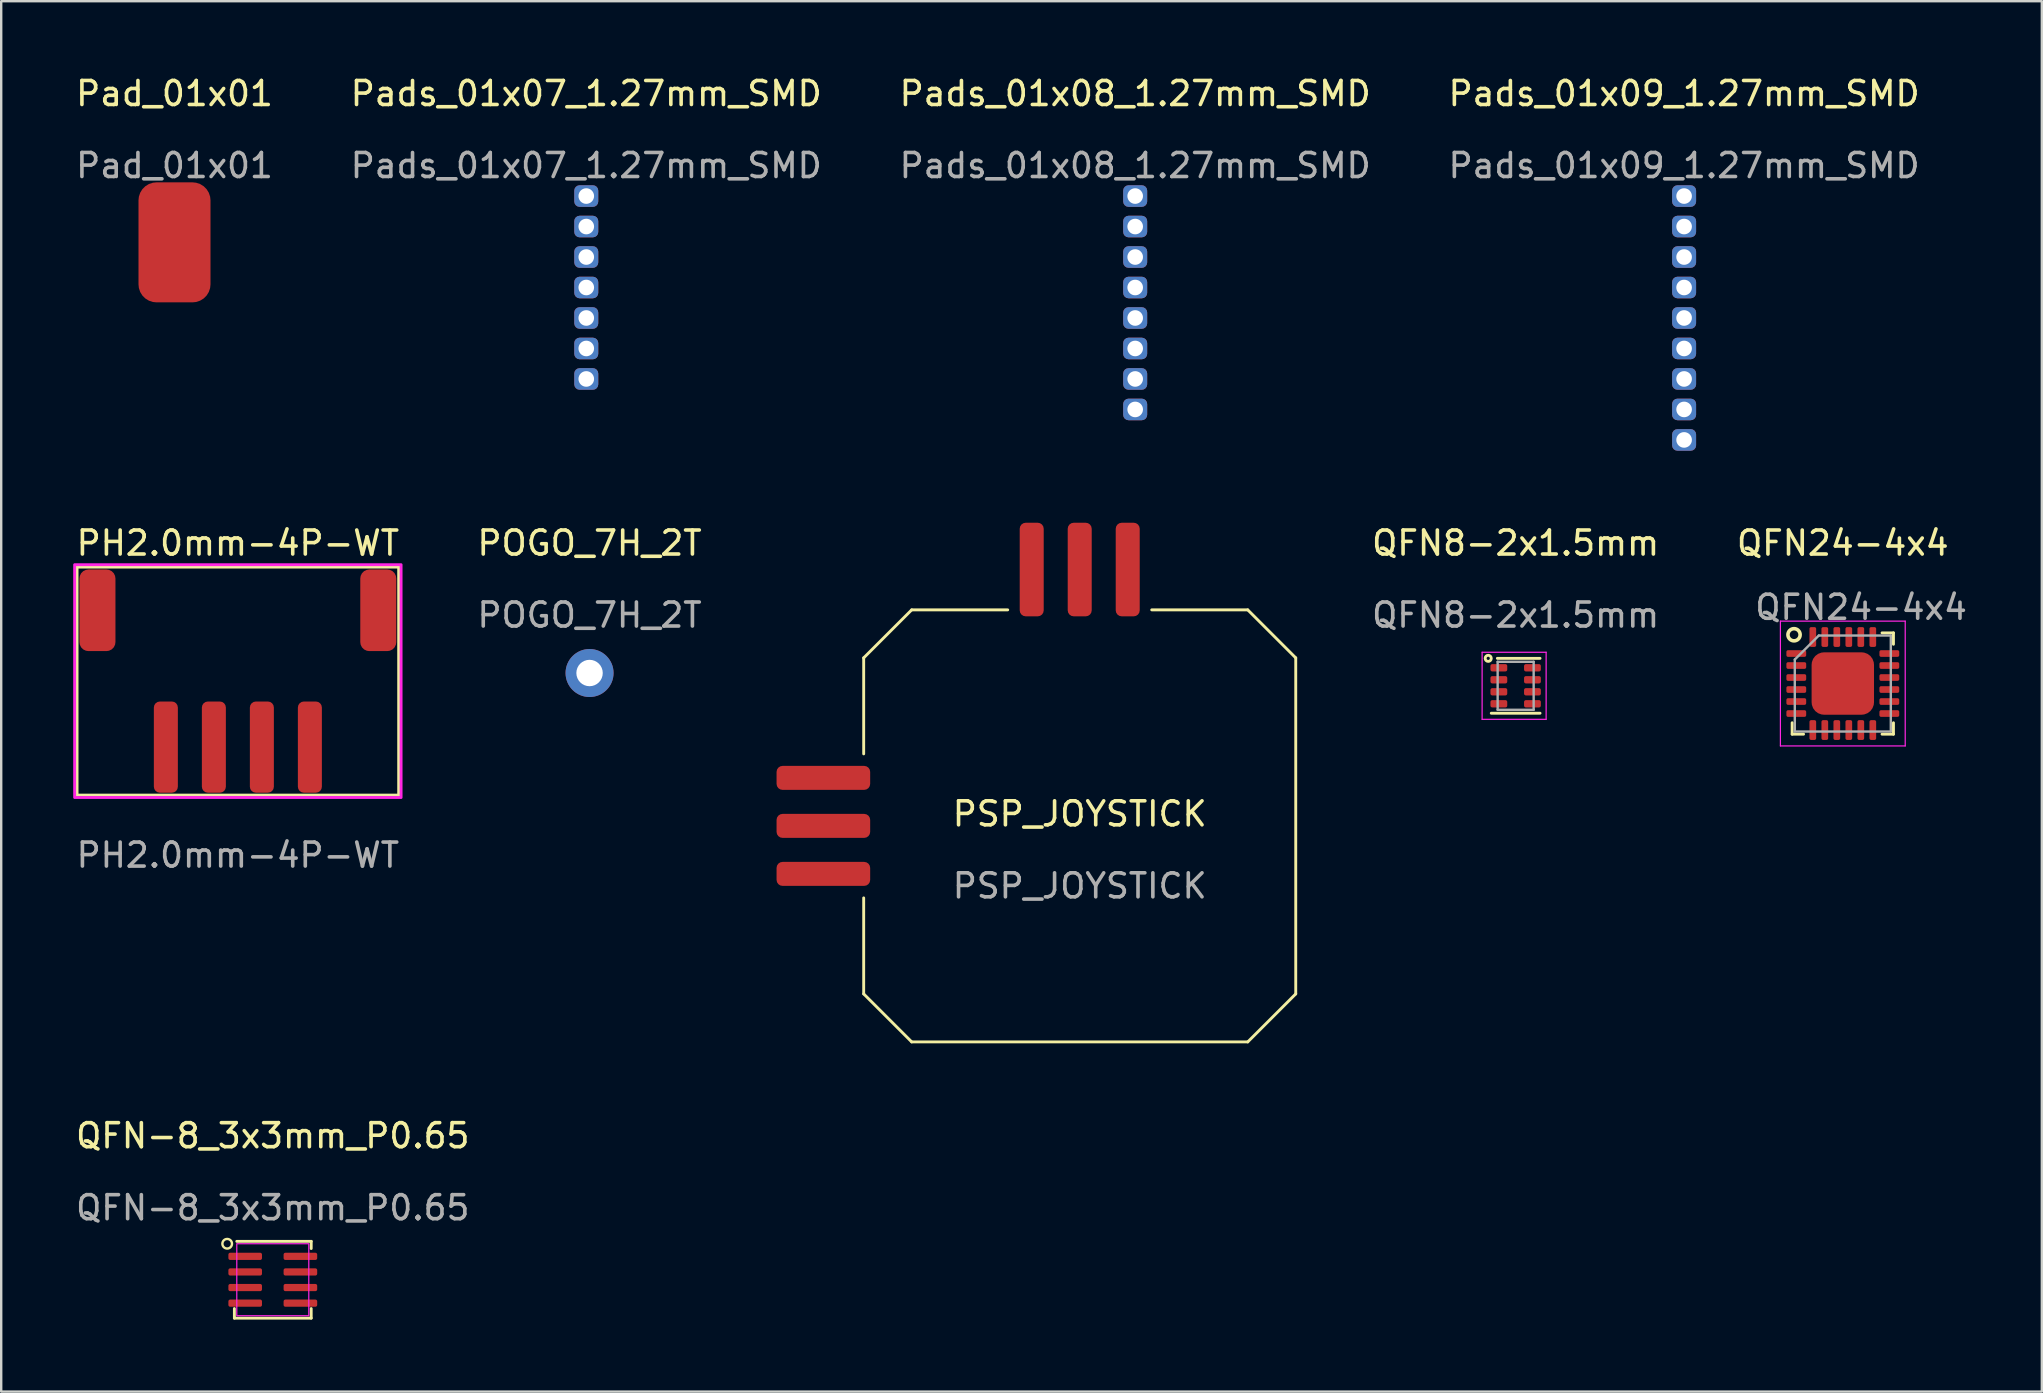
<source format=kicad_pcb>
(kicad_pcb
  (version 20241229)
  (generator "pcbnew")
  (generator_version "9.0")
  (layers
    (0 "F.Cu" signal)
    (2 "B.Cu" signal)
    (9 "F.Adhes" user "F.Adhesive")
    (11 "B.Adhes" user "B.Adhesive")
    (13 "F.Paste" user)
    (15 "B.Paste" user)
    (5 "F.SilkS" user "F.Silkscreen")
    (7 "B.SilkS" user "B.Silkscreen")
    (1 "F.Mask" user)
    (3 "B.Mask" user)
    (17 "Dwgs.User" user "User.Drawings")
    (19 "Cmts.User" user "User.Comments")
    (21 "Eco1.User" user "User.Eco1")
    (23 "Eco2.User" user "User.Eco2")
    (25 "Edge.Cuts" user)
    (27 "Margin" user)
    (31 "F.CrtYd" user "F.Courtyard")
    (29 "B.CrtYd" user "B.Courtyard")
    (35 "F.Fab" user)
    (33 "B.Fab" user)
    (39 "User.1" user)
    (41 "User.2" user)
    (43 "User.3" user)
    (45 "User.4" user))
  (footprint "QFN24-4x4"
    (layer "F.Cu")
    (at 73.725 25.427)
    (property "Reference" "QFN24-4x4" (at 0 -5.85 0) (unlocked yes) (layer "F.SilkS") (effects (font (size 1 1) (thickness 0.15))))
    (attr smd)
    (fp_line (start -2.11 2.11) (end -2.11 1.635) (stroke (width 0.12) (type solid)) (layer "F.SilkS"))
    (fp_line (start -1.635 2.11) (end -2.11 2.11) (stroke (width 0.12) (type solid)) (layer "F.SilkS"))
    (fp_line (start 1.635 -2.11) (end 2.11 -2.11) (stroke (width 0.12) (type solid)) (layer "F.SilkS"))
    (fp_line (start 1.635 2.11) (end 2.11 2.11) (stroke (width 0.12) (type solid)) (layer "F.SilkS"))
    (fp_line (start 2.11 -2.11) (end 2.11 -1.635) (stroke (width 0.12) (type solid)) (layer "F.SilkS"))
    (fp_line (start 2.11 2.11) (end 2.11 1.635) (stroke (width 0.12) (type solid)) (layer "F.SilkS"))
    (fp_circle (center -2.032 -2.032) (end -1.778 -2.032) (stroke (width 0.15) (type solid)) (fill no) (layer "F.SilkS"))
    (fp_line (start -2.6 -2.6) (end -2.6 2.6) (stroke (width 0.05) (type solid)) (layer "F.CrtYd"))
    (fp_line (start -2.6 2.6) (end 2.6 2.6) (stroke (width 0.05) (type solid)) (layer "F.CrtYd"))
    (fp_line (start 2.6 -2.6) (end -2.6 -2.6) (stroke (width 0.05) (type solid)) (layer "F.CrtYd"))
    (fp_line (start 2.6 2.6) (end 2.6 -2.6) (stroke (width 0.05) (type solid)) (layer "F.CrtYd"))
    (fp_line (start -2 -1) (end -1 -2) (stroke (width 0.1) (type solid)) (layer "F.Fab"))
    (fp_line (start -2 2) (end -2 -1) (stroke (width 0.1) (type solid)) (layer "F.Fab"))
    (fp_line (start -1 -2) (end 2 -2) (stroke (width 0.1) (type solid)) (layer "F.Fab"))
    (fp_line (start 2 -2) (end 2 2) (stroke (width 0.1) (type solid)) (layer "F.Fab"))
    (fp_line (start 2 2) (end -2 2) (stroke (width 0.1) (type solid)) (layer "F.Fab"))
    (fp_text user "${REFERENCE}" (at 0.762 -3.175 0) (unlocked yes) (layer "F.Fab") (effects (font (size 1 1) (thickness 0.15))))
    (pad "" smd roundrect (at -0.65 -0.65) (size 1.05 1.05) (layers "F.Paste") (roundrect_rratio 0.238))
    (pad "" smd roundrect (at -0.65 0.65) (size 1.05 1.05) (layers "F.Paste") (roundrect_rratio 0.238))
    (pad "" smd roundrect (at 0.65 -0.65) (size 1.05 1.05) (layers "F.Paste") (roundrect_rratio 0.238))
    (pad "" smd roundrect (at 0.65 0.65) (size 1.05 1.05) (layers "F.Paste") (roundrect_rratio 0.238))
    (pad "0" smd roundrect (at 0 0) (size 2.6 2.6) (layers "F.Cu" "F.Mask") (roundrect_rratio 0.2))
    (pad "1" smd roundrect (at -1.938 -1.25) (size 0.825 0.279) (layers "F.Cu" "F.Mask" "F.Paste") (roundrect_rratio 0.25))
    (pad "2" smd roundrect (at -1.938 -0.75) (size 0.825 0.279) (layers "F.Cu" "F.Mask" "F.Paste") (roundrect_rratio 0.25))
    (pad "3" smd roundrect (at -1.938 -0.25) (size 0.825 0.279) (layers "F.Cu" "F.Mask" "F.Paste") (roundrect_rratio 0.25))
    (pad "4" smd roundrect (at -1.938 0.25) (size 0.825 0.279) (layers "F.Cu" "F.Mask" "F.Paste") (roundrect_rratio 0.25))
    (pad "5" smd roundrect (at -1.938 0.75) (size 0.825 0.279) (layers "F.Cu" "F.Mask" "F.Paste") (roundrect_rratio 0.25))
    (pad "6" smd roundrect (at -1.938 1.25) (size 0.825 0.279) (layers "F.Cu" "F.Mask" "F.Paste") (roundrect_rratio 0.25))
    (pad "7" smd roundrect (at -1.25 1.938) (size 0.279 0.825) (layers "F.Cu" "F.Mask" "F.Paste") (roundrect_rratio 0.25))
    (pad "8" smd roundrect (at -0.75 1.938) (size 0.279 0.825) (layers "F.Cu" "F.Mask" "F.Paste") (roundrect_rratio 0.25))
    (pad "9" smd roundrect (at -0.25 1.938) (size 0.279 0.825) (layers "F.Cu" "F.Mask" "F.Paste") (roundrect_rratio 0.25))
    (pad "10" smd roundrect (at 0.25 1.938) (size 0.279 0.825) (layers "F.Cu" "F.Mask" "F.Paste") (roundrect_rratio 0.25))
    (pad "11" smd roundrect (at 0.75 1.938) (size 0.279 0.825) (layers "F.Cu" "F.Mask" "F.Paste") (roundrect_rratio 0.25))
    (pad "12" smd roundrect (at 1.25 1.938) (size 0.279 0.825) (layers "F.Cu" "F.Mask" "F.Paste") (roundrect_rratio 0.25))
    (pad "13" smd roundrect (at 1.938 1.25) (size 0.825 0.279) (layers "F.Cu" "F.Mask" "F.Paste") (roundrect_rratio 0.25))
    (pad "14" smd roundrect (at 1.938 0.75) (size 0.825 0.279) (layers "F.Cu" "F.Mask" "F.Paste") (roundrect_rratio 0.25))
    (pad "15" smd roundrect (at 1.938 0.25) (size 0.825 0.279) (layers "F.Cu" "F.Mask" "F.Paste") (roundrect_rratio 0.25))
    (pad "16" smd roundrect (at 1.938 -0.25) (size 0.825 0.279) (layers "F.Cu" "F.Mask" "F.Paste") (roundrect_rratio 0.25))
    (pad "17" smd roundrect (at 1.938 -0.75) (size 0.825 0.279) (layers "F.Cu" "F.Mask" "F.Paste") (roundrect_rratio 0.25))
    (pad "18" smd roundrect (at 1.938 -1.25) (size 0.825 0.279) (layers "F.Cu" "F.Mask" "F.Paste") (roundrect_rratio 0.25))
    (pad "19" smd roundrect (at 1.25 -1.938) (size 0.279 0.825) (layers "F.Cu" "F.Mask" "F.Paste") (roundrect_rratio 0.25))
    (pad "20" smd roundrect (at 0.75 -1.938) (size 0.279 0.825) (layers "F.Cu" "F.Mask" "F.Paste") (roundrect_rratio 0.25))
    (pad "21" smd roundrect (at 0.25 -1.938) (size 0.279 0.825) (layers "F.Cu" "F.Mask" "F.Paste") (roundrect_rratio 0.25))
    (pad "22" smd roundrect (at -0.25 -1.938) (size 0.279 0.825) (layers "F.Cu" "F.Mask" "F.Paste") (roundrect_rratio 0.25))
    (pad "23" smd roundrect (at -0.75 -1.938) (size 0.279 0.825) (layers "F.Cu" "F.Mask" "F.Paste") (roundrect_rratio 0.25))
    (pad "24" smd roundrect (at -1.25 -1.938) (size 0.279 0.825) (layers "F.Cu" "F.Mask" "F.Paste") (roundrect_rratio 0.25)))
  (footprint "Pads_01x07_1.27mm_SMD"
    (layer "F.Cu")
    (at 21.375 9.563)
    (property "Reference" "Pads_01x07_1.27mm_SMD" (at 0 -8.715 0) (unlocked yes) (layer "F.SilkS") (effects (font (size 1 1) (thickness 0.15))))
    (attr through_hole)
    (fp_text user "${REFERENCE}" (at 0 -5.715 0) (unlocked yes) (layer "F.Fab") (effects (font (size 1 1) (thickness 0.15))))
    (pad "1" thru_hole roundrect (at 0 -4.445) (size 1 0.9) (drill 0.65) (layers "*.Cu" "*.Mask") (roundrect_rratio 0.25))
    (pad "2" thru_hole roundrect (at 0 -3.175) (size 1 0.9) (drill 0.65) (layers "*.Cu" "*.Mask") (roundrect_rratio 0.25))
    (pad "3" thru_hole roundrect (at 0 -1.905) (size 1 0.9) (drill 0.65) (layers "*.Cu" "*.Mask") (roundrect_rratio 0.25))
    (pad "4" thru_hole roundrect (at 0 -0.635) (size 1 0.9) (drill 0.65) (layers "*.Cu" "*.Mask") (roundrect_rratio 0.25))
    (pad "5" thru_hole roundrect (at 0 0.635) (size 1 0.9) (drill 0.65) (layers "*.Cu" "*.Mask") (roundrect_rratio 0.25))
    (pad "6" thru_hole roundrect (at 0 1.905) (size 1 0.9) (drill 0.65) (layers "*.Cu" "*.Mask") (roundrect_rratio 0.25))
    (pad "7" thru_hole roundrect (at 0 3.175) (size 1 0.9) (drill 0.65) (layers "*.Cu" "*.Mask") (roundrect_rratio 0.25)))
  (footprint "POGO_7H_2T"
    (layer "F.Cu")
    (at 21.512 24.989)
    (property "Reference" "POGO_7H_2T" (at 0 -5.413 0) (unlocked yes) (layer "F.SilkS") (effects (font (size 1 1) (thickness 0.15))))
    (attr through_hole)
    (fp_text user "${REFERENCE}" (at 0 -2.413 0) (unlocked yes) (layer "F.Fab") (effects (font (size 1 1) (thickness 0.15))))
    (pad "1" thru_hole circle (at 0 0) (size 2 2) (drill 1.1) (layers "*.Cu" "*.Mask")))
  (footprint "QFN8-2x1.5mm"
    (layer "F.Cu")
    (at 60.095 25.521)
    (property "Reference" "QFN8-2x1.5mm" (at 0 -5.945 0) (unlocked yes) (layer "F.SilkS") (effects (font (size 1 1) (thickness 0.15))))
    (attr smd)
    (fp_line (start -0.762 -1.143) (end 1.016 -1.143) (stroke (width 0.12) (type solid)) (layer "F.SilkS"))
    (fp_line (start 1.016 1.143) (end -1.016 1.143) (stroke (width 0.12) (type solid)) (layer "F.SilkS"))
    (fp_circle (center -1.143 -1.143) (end -1.143 -1.016) (stroke (width 0.12) (type solid)) (fill no) (layer "F.SilkS"))
    (fp_line (start -1.397 -1.397) (end 1.27 -1.397) (stroke (width 0.05) (type solid)) (layer "F.CrtYd"))
    (fp_line (start -1.397 1.397) (end -1.397 -1.397) (stroke (width 0.05) (type solid)) (layer "F.CrtYd"))
    (fp_line (start 1.27 -1.397) (end 1.27 1.397) (stroke (width 0.05) (type solid)) (layer "F.CrtYd"))
    (fp_line (start 1.27 1.397) (end -1.397 1.397) (stroke (width 0.05) (type solid)) (layer "F.CrtYd"))
    (fp_line (start -0.75 -1) (end -0.75 1) (stroke (width 0.1) (type solid)) (layer "F.Fab"))
    (fp_line (start -0.75 1) (end 0.75 1) (stroke (width 0.1) (type solid)) (layer "F.Fab"))
    (fp_line (start 0.75 -1) (end -0.75 -1) (stroke (width 0.1) (type solid)) (layer "F.Fab"))
    (fp_line (start 0.75 1) (end 0.75 -1) (stroke (width 0.1) (type solid)) (layer "F.Fab"))
    (fp_text user "${REFERENCE}" (at 0 -2.945 0) (unlocked yes) (layer "F.Fab") (effects (font (size 1 1) (thickness 0.15))))
    (pad "1" smd roundrect (at -0.7 -0.75) (size 0.7 0.305) (layers "F.Cu" "F.Mask" "F.Paste") (roundrect_rratio 0.25))
    (pad "2" smd roundrect (at -0.7 -0.25) (size 0.7 0.305) (layers "F.Cu" "F.Mask" "F.Paste") (roundrect_rratio 0.25))
    (pad "3" smd roundrect (at -0.7 0.25) (size 0.7 0.305) (layers "F.Cu" "F.Mask" "F.Paste") (roundrect_rratio 0.25))
    (pad "4" smd roundrect (at -0.7 0.75) (size 0.7 0.305) (layers "F.Cu" "F.Mask" "F.Paste") (roundrect_rratio 0.25))
    (pad "5" smd roundrect (at 0.7 0.75) (size 0.7 0.305) (layers "F.Cu" "F.Mask" "F.Paste") (roundrect_rratio 0.25))
    (pad "6" smd roundrect (at 0.7 0.25) (size 0.7 0.305) (layers "F.Cu" "F.Mask" "F.Paste") (roundrect_rratio 0.25))
    (pad "7" smd roundrect (at 0.7 -0.25) (size 0.7 0.305) (layers "F.Cu" "F.Mask" "F.Paste") (roundrect_rratio 0.25))
    (pad "8" smd roundrect (at 0.7 -0.75) (size 0.7 0.305) (layers "F.Cu" "F.Mask" "F.Paste") (roundrect_rratio 0.25)))
  (footprint "PSP_JOYSTICK"
    (layer "F.Cu")
    (at 41.933 31.358)
    (property "Reference" "PSP_JOYSTICK" (at 0 -0.5 0) (unlocked yes) (layer "F.SilkS") (effects (font (size 1 1) (thickness 0.15))))
    (attr smd)
    (fp_line (start -9 -7) (end -7 -9) (stroke (width 0.12) (type solid)) (layer "F.SilkS"))
    (fp_line (start -9 -3) (end -9 -7) (stroke (width 0.12) (type solid)) (layer "F.SilkS"))
    (fp_line (start -9 7) (end -9 3) (stroke (width 0.12) (type solid)) (layer "F.SilkS"))
    (fp_line (start -7 -9) (end -3 -9) (stroke (width 0.12) (type solid)) (layer "F.SilkS"))
    (fp_line (start -7 9) (end -9 7) (stroke (width 0.12) (type solid)) (layer "F.SilkS"))
    (fp_line (start 3 -9) (end 7 -9) (stroke (width 0.12) (type solid)) (layer "F.SilkS"))
    (fp_line (start 7 -9) (end 9 -7) (stroke (width 0.12) (type solid)) (layer "F.SilkS"))
    (fp_line (start 7 9) (end -7 9) (stroke (width 0.12) (type solid)) (layer "F.SilkS"))
    (fp_line (start 9 -7) (end 9 7) (stroke (width 0.12) (type solid)) (layer "F.SilkS"))
    (fp_line (start 9 7) (end 7 9) (stroke (width 0.12) (type solid)) (layer "F.SilkS"))
    (fp_text user "${REFERENCE}" (at 0 2.5 0) (unlocked yes) (layer "F.Fab") (effects (font (size 1 1) (thickness 0.15))))
    (pad "1" smd roundrect (at -10.68 -2) (size 3.9 1) (layers "F.Cu" "F.Mask" "F.Paste") (roundrect_rratio 0.25))
    (pad "2" smd roundrect (at -10.68 0) (size 3.9 1) (layers "F.Cu" "F.Mask" "F.Paste") (roundrect_rratio 0.25))
    (pad "3" smd roundrect (at -10.68 2) (size 3.9 1) (layers "F.Cu" "F.Mask" "F.Paste") (roundrect_rratio 0.25))
    (pad "4" smd roundrect (at 2 -10.68 90) (size 3.9 1) (layers "F.Cu" "F.Mask" "F.Paste") (roundrect_rratio 0.25))
    (pad "5" smd roundrect (at 0 -10.68 90) (size 3.9 1) (layers "F.Cu" "F.Mask" "F.Paste") (roundrect_rratio 0.25))
    (pad "6" smd roundrect (at -2 -10.68 90) (size 3.9 1) (layers "F.Cu" "F.Mask" "F.Paste") (roundrect_rratio 0.25)))
  (footprint "Pads_01x09_1.27mm_SMD"
    (layer "F.Cu")
    (at 67.113 9.563)
    (property "Reference" "Pads_01x09_1.27mm_SMD" (at 0 -8.715 0) (unlocked yes) (layer "F.SilkS") (effects (font (size 1 1) (thickness 0.15))))
    (attr through_hole)
    (fp_text user "${REFERENCE}" (at 0 -5.715 0) (unlocked yes) (layer "F.Fab") (effects (font (size 1 1) (thickness 0.15))))
    (pad "1" thru_hole roundrect (at 0 -4.445) (size 1 0.9) (drill 0.65) (layers "*.Cu" "*.Mask") (roundrect_rratio 0.25))
    (pad "2" thru_hole roundrect (at 0 -3.175) (size 1 0.9) (drill 0.65) (layers "*.Cu" "*.Mask") (roundrect_rratio 0.25))
    (pad "3" thru_hole roundrect (at 0 -1.905) (size 1 0.9) (drill 0.65) (layers "*.Cu" "*.Mask") (roundrect_rratio 0.25))
    (pad "4" thru_hole roundrect (at 0 -0.635) (size 1 0.9) (drill 0.65) (layers "*.Cu" "*.Mask") (roundrect_rratio 0.25))
    (pad "5" thru_hole roundrect (at 0 0.635) (size 1 0.9) (drill 0.65) (layers "*.Cu" "*.Mask") (roundrect_rratio 0.25))
    (pad "6" thru_hole roundrect (at 0 1.905) (size 1 0.9) (drill 0.65) (layers "*.Cu" "*.Mask") (roundrect_rratio 0.25))
    (pad "7" thru_hole roundrect (at 0 3.175) (size 1 0.9) (drill 0.65) (layers "*.Cu" "*.Mask") (roundrect_rratio 0.25))
    (pad "8" thru_hole roundrect (at 0 4.445) (size 1 0.9) (drill 0.65) (layers "*.Cu" "*.Mask") (roundrect_rratio 0.25))
    (pad "9" thru_hole roundrect (at 0 5.715) (size 1 0.9) (drill 0.65) (layers "*.Cu" "*.Mask") (roundrect_rratio 0.25)))
  (footprint "Pads_01x08_1.27mm_SMD"
    (layer "F.Cu")
    (at 44.244 9.563)
    (property "Reference" "Pads_01x08_1.27mm_SMD" (at 0 -8.715 0) (unlocked yes) (layer "F.SilkS") (effects (font (size 1 1) (thickness 0.15))))
    (attr through_hole)
    (fp_text user "${REFERENCE}" (at 0 -5.715 0) (unlocked yes) (layer "F.Fab") (effects (font (size 1 1) (thickness 0.15))))
    (pad "1" thru_hole roundrect (at 0 -4.445) (size 1 0.9) (drill 0.65) (layers "*.Cu" "*.Mask") (roundrect_rratio 0.25))
    (pad "2" thru_hole roundrect (at 0 -3.175) (size 1 0.9) (drill 0.65) (layers "*.Cu" "*.Mask") (roundrect_rratio 0.25))
    (pad "3" thru_hole roundrect (at 0 -1.905) (size 1 0.9) (drill 0.65) (layers "*.Cu" "*.Mask") (roundrect_rratio 0.25))
    (pad "4" thru_hole roundrect (at 0 -0.635) (size 1 0.9) (drill 0.65) (layers "*.Cu" "*.Mask") (roundrect_rratio 0.25))
    (pad "5" thru_hole roundrect (at 0 0.635) (size 1 0.9) (drill 0.65) (layers "*.Cu" "*.Mask") (roundrect_rratio 0.25))
    (pad "6" thru_hole roundrect (at 0 1.905) (size 1 0.9) (drill 0.65) (layers "*.Cu" "*.Mask") (roundrect_rratio 0.25))
    (pad "7" thru_hole roundrect (at 0 3.175) (size 1 0.9) (drill 0.65) (layers "*.Cu" "*.Mask") (roundrect_rratio 0.25))
    (pad "8" thru_hole roundrect (at 0 4.445) (size 1 0.9) (drill 0.65) (layers "*.Cu" "*.Mask") (roundrect_rratio 0.25)))
  (footprint "PH2.0mm-4P-WT"
    (layer "F.Cu")
    (at 6.86 28.076)
    (property "Reference" "PH2.0mm-4P-WT" (at 0 -8.5 0) (unlocked yes) (layer "F.SilkS") (effects (font (size 1 1) (thickness 0.15))))
    (attr smd)
    (fp_line (start -6.7 -7.5) (end 6.7 -7.5) (stroke (width 0.12) (type solid)) (layer "F.SilkS"))
    (fp_line (start -6.7 2) (end -6.7 -7.5) (stroke (width 0.12) (type solid)) (layer "F.SilkS"))
    (fp_line (start 6.7 -7.5) (end 6.7 2) (stroke (width 0.12) (type solid)) (layer "F.SilkS"))
    (fp_line (start 6.7 2) (end -6.7 2) (stroke (width 0.12) (type solid)) (layer "F.SilkS"))
    (fp_rect (start -6.8 -7.6) (end 6.8 2.1) (stroke (width 0.12) (type solid)) (fill no) (layer "F.CrtYd"))
    (fp_text user "${REFERENCE}" (at 0 4.5 0) (unlocked yes) (layer "F.Fab") (effects (font (size 1 1) (thickness 0.15))))
    (pad "0" smd roundrect (at -5.85 -5.7) (size 1.5 3.4) (layers "F.Cu" "F.Mask" "F.Paste") (roundrect_rratio 0.25))
    (pad "0" smd roundrect (at 5.85 -5.7) (size 1.5 3.4) (layers "F.Cu" "F.Mask" "F.Paste") (roundrect_rratio 0.25))
    (pad "1" smd roundrect (at -3 0) (size 1 3.8) (layers "F.Cu" "F.Mask" "F.Paste") (roundrect_rratio 0.25))
    (pad "2" smd roundrect (at -1 0) (size 1 3.8) (layers "F.Cu" "F.Mask" "F.Paste") (roundrect_rratio 0.25))
    (pad "3" smd roundrect (at 1 0) (size 1 3.8) (layers "F.Cu" "F.Mask" "F.Paste") (roundrect_rratio 0.25))
    (pad "4" smd roundrect (at 3 0) (size 1 3.8) (layers "F.Cu" "F.Mask" "F.Paste") (roundrect_rratio 0.25)))
  (footprint "Pad_01x01"
    (layer "F.Cu")
    (at 4.22 7.047)
    (property "Reference" "Pad_01x01" (at 0 -6.199 0) (unlocked yes) (layer "F.SilkS") (effects (font (size 1 1) (thickness 0.15))))
    (attr smd)
    (fp_text user "${REFERENCE}" (at 0 -3.199 0) (unlocked yes) (layer "F.Fab") (effects (font (size 1 1) (thickness 0.15))))
    (pad "1" smd roundrect (at 0 0) (size 3 5) (layers "F.Cu" "F.Mask" "F.Paste") (roundrect_rratio 0.25)))
  (footprint "QFN-8_3x3mm_P0.65"
    (layer "F.Cu")
    (at 8.315 50.267)
    (property "Reference" "QFN-8_3x3mm_P0.65" (at 0 -6 0) (unlocked yes) (layer "F.SilkS") (effects (font (size 1 1) (thickness 0.15))))
    (attr smd)
    (fp_line (start -1.6 1.6) (end -1.6 1.2) (stroke (width 0.12) (type default)) (layer "F.SilkS"))
    (fp_line (start -1.5 -1.6) (end 1.6 -1.6) (stroke (width 0.12) (type default)) (layer "F.SilkS"))
    (fp_line (start 1.6 -1.6) (end 1.6 -1.3) (stroke (width 0.12) (type default)) (layer "F.SilkS"))
    (fp_line (start 1.6 1.2) (end 1.6 1.6) (stroke (width 0.12) (type default)) (layer "F.SilkS"))
    (fp_line (start 1.6 1.6) (end -1.6 1.6) (stroke (width 0.12) (type default)) (layer "F.SilkS"))
    (fp_circle (center -1.9 -1.5) (end -1.7 -1.5) (stroke (width 0.1) (type default)) (fill no) (layer "F.SilkS"))
    (fp_rect (start -1.5 -1.5) (end 1.5 1.5) (stroke (width 0.05) (type default)) (fill no) (layer "F.CrtYd"))
    (fp_text user "${REFERENCE}" (at 0 -3 0) (unlocked yes) (layer "F.Fab") (effects (font (size 1 1) (thickness 0.15))))
    (pad "1" smd roundrect (at -1.15 -0.975) (size 1.4 0.3) (layers "F.Cu" "F.Mask" "F.Paste") (roundrect_rratio 0.25))
    (pad "2" smd roundrect (at -1.15 -0.325) (size 1.4 0.3) (layers "F.Cu" "F.Mask" "F.Paste") (roundrect_rratio 0.25))
    (pad "3" smd roundrect (at -1.15 0.325) (size 1.4 0.3) (layers "F.Cu" "F.Mask" "F.Paste") (roundrect_rratio 0.25))
    (pad "4" smd roundrect (at -1.15 0.975) (size 1.4 0.3) (layers "F.Cu" "F.Mask" "F.Paste") (roundrect_rratio 0.25))
    (pad "5" smd roundrect (at 1.15 0.975) (size 1.4 0.3) (layers "F.Cu" "F.Mask" "F.Paste") (roundrect_rratio 0.25))
    (pad "6" smd roundrect (at 1.15 0.325) (size 1.4 0.3) (layers "F.Cu" "F.Mask" "F.Paste") (roundrect_rratio 0.25))
    (pad "7" smd roundrect (at 1.15 -0.325) (size 1.4 0.3) (layers "F.Cu" "F.Mask" "F.Paste") (roundrect_rratio 0.25))
    (pad "8" smd roundrect (at 1.15 -0.975) (size 1.4 0.3) (layers "F.Cu" "F.Mask" "F.Paste") (roundrect_rratio 0.25)))
  (gr_rect
    (start -3 -3)
    (end 82.017 54.926)
    (stroke (width 0.1) (type default))
    (fill no)
    (layer "Edge.Cuts")))
</source>
